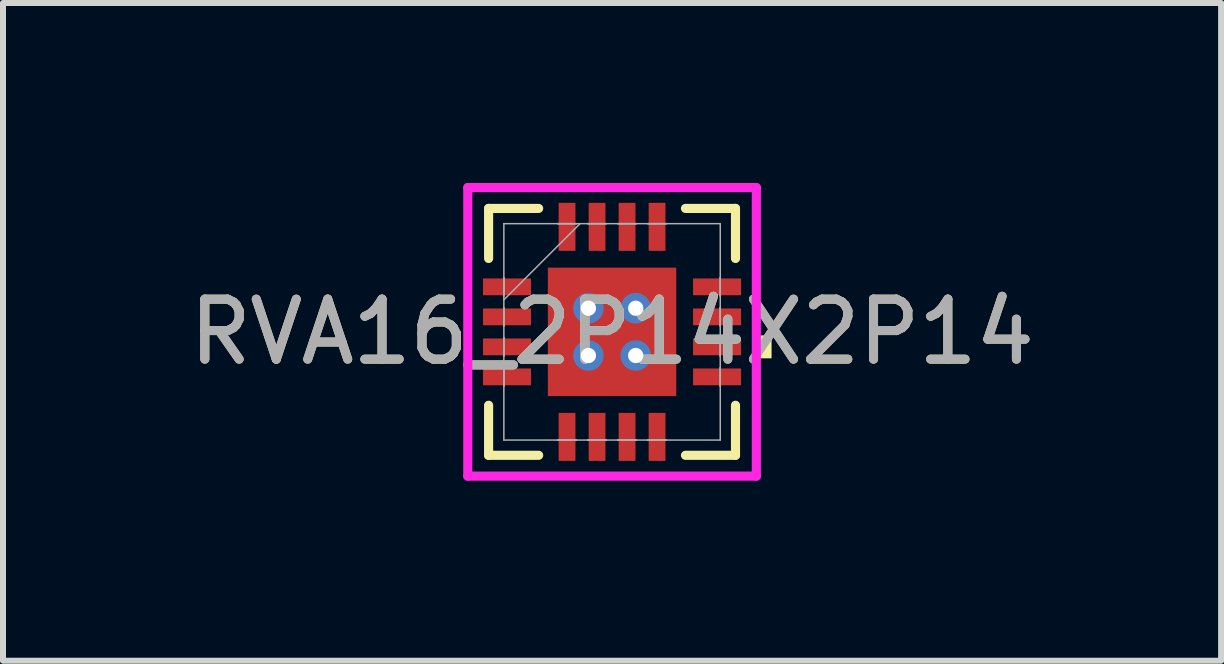
<source format=kicad_pcb>
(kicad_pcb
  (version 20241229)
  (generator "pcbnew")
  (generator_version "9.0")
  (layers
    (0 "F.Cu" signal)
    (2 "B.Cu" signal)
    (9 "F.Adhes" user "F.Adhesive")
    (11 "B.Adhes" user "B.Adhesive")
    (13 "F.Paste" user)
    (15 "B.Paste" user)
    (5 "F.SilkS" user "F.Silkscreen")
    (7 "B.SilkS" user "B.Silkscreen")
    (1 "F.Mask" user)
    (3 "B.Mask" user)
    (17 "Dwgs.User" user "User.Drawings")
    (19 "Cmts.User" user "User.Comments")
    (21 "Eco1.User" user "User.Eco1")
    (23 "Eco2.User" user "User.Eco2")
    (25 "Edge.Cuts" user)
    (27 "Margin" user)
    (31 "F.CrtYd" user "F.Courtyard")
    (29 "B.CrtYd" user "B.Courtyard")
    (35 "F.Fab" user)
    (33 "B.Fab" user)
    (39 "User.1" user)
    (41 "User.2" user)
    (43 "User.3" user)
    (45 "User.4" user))
  (footprint "RVA16_2P14X2P14"
    (layer "F.Cu")
    (at 7.149 2.48)
    (property "Reference" "RVA16_2P14X2P14" (at 0 0 0) (unlocked yes) (layer "F.SilkS") (effects (font (size 1 1) (thickness 0.15))))
    (attr smd)
    (fp_poly (pts (xy -2.22 -0.96) (xy -2.22 -0.54) (xy -1.28 -0.54) (xy -1.28 -0.96)) (stroke (width 0) (type solid)) (fill yes) (layer "F.Mask"))
    (fp_poly (pts (xy -2.22 -0.46) (xy -2.22 -0.04) (xy -1.28 -0.04) (xy -1.28 -0.46)) (stroke (width 0) (type solid)) (fill yes) (layer "F.Mask"))
    (fp_poly (pts (xy -2.22 0.04) (xy -2.22 0.46) (xy -1.28 0.46) (xy -1.28 0.04)) (stroke (width 0) (type solid)) (fill yes) (layer "F.Mask"))
    (fp_poly (pts (xy -2.22 0.54) (xy -2.22 0.96) (xy -1.28 0.96) (xy -1.28 0.54)) (stroke (width 0) (type solid)) (fill yes) (layer "F.Mask"))
    (fp_poly (pts (xy -1.133 -1.133) (xy -0.594 -1.133) (xy -0.594 1.133) (xy -1.133 1.133)) (stroke (width 0) (type solid)) (fill yes) (layer "F.Mask"))
    (fp_poly (pts (xy -1.133 -1.133) (xy 1.133 -1.133) (xy 1.133 -0.594) (xy -1.133 -0.594)) (stroke (width 0) (type solid)) (fill yes) (layer "F.Mask"))
    (fp_poly (pts (xy -1.133 -0.194) (xy 1.133 -0.194) (xy 1.133 0.194) (xy -1.133 0.194)) (stroke (width 0) (type solid)) (fill yes) (layer "F.Mask"))
    (fp_poly (pts (xy -1.133 0.594) (xy 1.133 0.594) (xy 1.133 1.133) (xy -1.133 1.133)) (stroke (width 0) (type solid)) (fill yes) (layer "F.Mask"))
    (fp_poly (pts (xy -0.96 -2.22) (xy -0.96 -1.28) (xy -0.54 -1.28) (xy -0.54 -2.22)) (stroke (width 0) (type solid)) (fill yes) (layer "F.Mask"))
    (fp_poly (pts (xy -0.96 1.28) (xy -0.96 2.22) (xy -0.54 2.22) (xy -0.54 1.28)) (stroke (width 0) (type solid)) (fill yes) (layer "F.Mask"))
    (fp_poly (pts (xy -0.46 -2.22) (xy -0.46 -1.28) (xy -0.04 -1.28) (xy -0.04 -2.22)) (stroke (width 0) (type solid)) (fill yes) (layer "F.Mask"))
    (fp_poly (pts (xy -0.46 1.28) (xy -0.46 2.22) (xy -0.04 2.22) (xy -0.04 1.28)) (stroke (width 0) (type solid)) (fill yes) (layer "F.Mask"))
    (fp_poly (pts (xy 0.04 -2.22) (xy 0.04 -1.28) (xy 0.46 -1.28) (xy 0.46 -2.22)) (stroke (width 0) (type solid)) (fill yes) (layer "F.Mask"))
    (fp_poly (pts (xy 0.04 1.28) (xy 0.04 2.22) (xy 0.46 2.22) (xy 0.46 1.28)) (stroke (width 0) (type solid)) (fill yes) (layer "F.Mask"))
    (fp_poly (pts (xy 0.194 -1.133) (xy -0.194 -1.133) (xy -0.194 1.133) (xy 0.194 1.133)) (stroke (width 0) (type solid)) (fill yes) (layer "F.Mask"))
    (fp_poly (pts (xy 0.54 -2.22) (xy 0.54 -1.28) (xy 0.96 -1.28) (xy 0.96 -2.22)) (stroke (width 0) (type solid)) (fill yes) (layer "F.Mask"))
    (fp_poly (pts (xy 0.54 1.28) (xy 0.54 2.22) (xy 0.96 2.22) (xy 0.96 1.28)) (stroke (width 0) (type solid)) (fill yes) (layer "F.Mask"))
    (fp_poly (pts (xy 0.594 -1.133) (xy 1.133 -1.133) (xy 1.133 1.133) (xy 0.594 1.133)) (stroke (width 0) (type solid)) (fill yes) (layer "F.Mask"))
    (fp_poly (pts (xy 1.28 -0.96) (xy 1.28 -0.54) (xy 2.22 -0.54) (xy 2.22 -0.96)) (stroke (width 0) (type solid)) (fill yes) (layer "F.Mask"))
    (fp_poly (pts (xy 1.28 -0.46) (xy 1.28 -0.04) (xy 2.22 -0.04) (xy 2.22 -0.46)) (stroke (width 0) (type solid)) (fill yes) (layer "F.Mask"))
    (fp_poly (pts (xy 1.28 0.04) (xy 1.28 0.46) (xy 2.22 0.46) (xy 2.22 0.04)) (stroke (width 0) (type solid)) (fill yes) (layer "F.Mask"))
    (fp_poly (pts (xy 1.28 0.54) (xy 1.28 0.96) (xy 2.22 0.96) (xy 2.22 0.54)) (stroke (width 0) (type solid)) (fill yes) (layer "F.Mask"))
    (fp_line (start -2.057 -2.057) (end -2.057 -1.223) (stroke (width 0.152) (type solid)) (layer "F.SilkS"))
    (fp_line (start -2.057 1.223) (end -2.057 2.057) (stroke (width 0.152) (type solid)) (layer "F.SilkS"))
    (fp_line (start -2.057 2.057) (end -1.223 2.057) (stroke (width 0.152) (type solid)) (layer "F.SilkS"))
    (fp_line (start -1.223 -2.057) (end -2.057 -2.057) (stroke (width 0.152) (type solid)) (layer "F.SilkS"))
    (fp_line (start 1.223 2.057) (end 2.057 2.057) (stroke (width 0.152) (type solid)) (layer "F.SilkS"))
    (fp_line (start 2.057 -2.057) (end 1.223 -2.057) (stroke (width 0.152) (type solid)) (layer "F.SilkS"))
    (fp_line (start 2.057 -1.223) (end 2.057 -2.057) (stroke (width 0.152) (type solid)) (layer "F.SilkS"))
    (fp_line (start 2.057 2.057) (end 2.057 1.223) (stroke (width 0.152) (type solid)) (layer "F.SilkS"))
    (fp_poly (pts (xy 2.658 0.059) (xy 2.658 0.441) (xy 2.404 0.441) (xy 2.404 0.059)) (stroke (width 0) (type solid)) (fill yes) (layer "F.SilkS"))
    (fp_poly (pts (xy -2.125 -0.865) (xy -2.125 -0.635) (xy -1.375 -0.635) (xy -1.375 -0.865)) (stroke (width 0) (type solid)) (fill yes) (layer "F.Paste"))
    (fp_poly (pts (xy -2.125 -0.365) (xy -2.125 -0.135) (xy -1.375 -0.135) (xy -1.375 -0.365)) (stroke (width 0) (type solid)) (fill yes) (layer "F.Paste"))
    (fp_poly (pts (xy -2.125 0.135) (xy -2.125 0.365) (xy -1.375 0.365) (xy -1.375 0.135)) (stroke (width 0) (type solid)) (fill yes) (layer "F.Paste"))
    (fp_poly (pts (xy -2.125 0.635) (xy -2.125 0.865) (xy -1.375 0.865) (xy -1.375 0.635)) (stroke (width 0) (type solid)) (fill yes) (layer "F.Paste"))
    (fp_poly (pts (xy -0.865 -2.125) (xy -0.865 -1.375) (xy -0.635 -1.375) (xy -0.635 -2.125)) (stroke (width 0) (type solid)) (fill yes) (layer "F.Paste"))
    (fp_poly (pts (xy -0.865 1.375) (xy -0.865 2.125) (xy -0.635 2.125) (xy -0.635 1.375)) (stroke (width 0) (type solid)) (fill yes) (layer "F.Paste"))
    (fp_poly (pts (xy -0.365 -2.125) (xy -0.365 -1.375) (xy -0.135 -1.375) (xy -0.135 -2.125)) (stroke (width 0) (type solid)) (fill yes) (layer "F.Paste"))
    (fp_poly (pts (xy -0.365 1.375) (xy -0.365 2.125) (xy -0.135 2.125) (xy -0.135 1.375)) (stroke (width 0) (type solid)) (fill yes) (layer "F.Paste"))
    (fp_poly (pts (xy 0.135 -2.125) (xy 0.135 -1.375) (xy 0.365 -1.375) (xy 0.365 -2.125)) (stroke (width 0) (type solid)) (fill yes) (layer "F.Paste"))
    (fp_poly (pts (xy 0.135 1.375) (xy 0.135 2.125) (xy 0.365 2.125) (xy 0.365 1.375)) (stroke (width 0) (type solid)) (fill yes) (layer "F.Paste"))
    (fp_poly (pts (xy 0.635 -2.125) (xy 0.635 -1.375) (xy 0.865 -1.375) (xy 0.865 -2.125)) (stroke (width 0) (type solid)) (fill yes) (layer "F.Paste"))
    (fp_poly (pts (xy 0.635 1.375) (xy 0.635 2.125) (xy 0.865 2.125) (xy 0.865 1.375)) (stroke (width 0) (type solid)) (fill yes) (layer "F.Paste"))
    (fp_poly (pts (xy 1.375 -0.865) (xy 1.375 -0.635) (xy 2.125 -0.635) (xy 2.125 -0.865)) (stroke (width 0) (type solid)) (fill yes) (layer "F.Paste"))
    (fp_poly (pts (xy 1.375 -0.365) (xy 1.375 -0.135) (xy 2.125 -0.135) (xy 2.125 -0.365)) (stroke (width 0) (type solid)) (fill yes) (layer "F.Paste"))
    (fp_poly (pts (xy 1.375 0.135) (xy 1.375 0.365) (xy 2.125 0.365) (xy 2.125 0.135)) (stroke (width 0) (type solid)) (fill yes) (layer "F.Paste"))
    (fp_poly (pts (xy 1.375 0.635) (xy 1.375 0.865) (xy 2.125 0.865) (xy 2.125 0.635)) (stroke (width 0) (type solid)) (fill yes) (layer "F.Paste"))
    (fp_poly (pts (xy -0.995 -0.995) (xy -0.995 -0.494) (xy -0.635 -0.494) (xy -0.494 -0.635) (xy -0.494 -0.995)) (stroke (width 0) (type solid)) (fill yes) (layer "F.Paste"))
    (fp_poly (pts (xy -0.995 0.494) (xy -0.995 0.995) (xy -0.494 0.995) (xy -0.494 0.635) (xy -0.635 0.494)) (stroke (width 0) (type solid)) (fill yes) (layer "F.Paste"))
    (fp_poly (pts (xy 0.494 -0.995) (xy 0.494 -0.635) (xy 0.635 -0.494) (xy 0.995 -0.494) (xy 0.995 -0.995)) (stroke (width 0) (type solid)) (fill yes) (layer "F.Paste"))
    (fp_poly (pts (xy 0.635 0.494) (xy 0.494 0.635) (xy 0.494 0.995) (xy 0.995 0.995) (xy 0.995 0.494)) (stroke (width 0) (type solid)) (fill yes) (layer "F.Paste"))
    (fp_poly (pts (xy -0.995 -0.294) (xy -0.995 0.294) (xy -0.635 0.294) (xy -0.494 0.152) (xy -0.494 -0.152) (xy -0.635 -0.294)) (stroke (width 0) (type solid)) (fill yes) (layer "F.Paste"))
    (fp_poly (pts (xy -0.294 -0.995) (xy -0.294 -0.635) (xy -0.152 -0.494) (xy 0.152 -0.494) (xy 0.294 -0.635) (xy 0.294 -0.995)) (stroke (width 0) (type solid)) (fill yes) (layer "F.Paste"))
    (fp_poly (pts (xy -0.152 0.494) (xy -0.294 0.635) (xy -0.294 0.995) (xy 0.294 0.995) (xy 0.294 0.635) (xy 0.152 0.494)) (stroke (width 0) (type solid)) (fill yes) (layer "F.Paste"))
    (fp_poly (pts (xy 0.635 -0.294) (xy 0.494 -0.152) (xy 0.494 0.152) (xy 0.635 0.294) (xy 0.995 0.294) (xy 0.995 -0.294)) (stroke (width 0) (type solid)) (fill yes) (layer "F.Paste"))
    (fp_poly (pts (xy -0.152 -0.294) (xy -0.294 -0.152) (xy -0.294 0.152) (xy -0.152 0.294) (xy 0.152 0.294) (xy 0.294 0.152) (xy 0.294 -0.152) (xy 0.152 -0.294)) (stroke (width 0) (type solid)) (fill yes) (layer "F.Paste"))
    (fp_line (start -2.404 -2.404) (end 2.404 -2.404) (stroke (width 0.152) (type solid)) (layer "F.CrtYd"))
    (fp_line (start -2.404 2.404) (end -2.404 -2.404) (stroke (width 0.152) (type solid)) (layer "F.CrtYd"))
    (fp_line (start 2.404 -2.404) (end 2.404 2.404) (stroke (width 0.152) (type solid)) (layer "F.CrtYd"))
    (fp_line (start 2.404 2.404) (end -2.404 2.404) (stroke (width 0.152) (type solid)) (layer "F.CrtYd"))
    (fp_line (start -1.803 -1.803) (end -1.803 1.803) (stroke (width 0.025) (type solid)) (layer "F.Fab"))
    (fp_line (start -1.803 -0.902) (end -1.803 -0.902) (stroke (width 0.025) (type solid)) (layer "F.Fab"))
    (fp_line (start -1.803 -0.902) (end -1.803 -0.598) (stroke (width 0.025) (type solid)) (layer "F.Fab"))
    (fp_line (start -1.803 -0.598) (end -1.803 -0.902) (stroke (width 0.025) (type solid)) (layer "F.Fab"))
    (fp_line (start -1.803 -0.598) (end -1.803 -0.598) (stroke (width 0.025) (type solid)) (layer "F.Fab"))
    (fp_line (start -1.803 -0.533) (end -0.533 -1.803) (stroke (width 0.025) (type solid)) (layer "F.Fab"))
    (fp_line (start -1.803 -0.402) (end -1.803 -0.402) (stroke (width 0.025) (type solid)) (layer "F.Fab"))
    (fp_line (start -1.803 -0.402) (end -1.803 -0.098) (stroke (width 0.025) (type solid)) (layer "F.Fab"))
    (fp_line (start -1.803 -0.098) (end -1.803 -0.402) (stroke (width 0.025) (type solid)) (layer "F.Fab"))
    (fp_line (start -1.803 -0.098) (end -1.803 -0.098) (stroke (width 0.025) (type solid)) (layer "F.Fab"))
    (fp_line (start -1.803 0.098) (end -1.803 0.098) (stroke (width 0.025) (type solid)) (layer "F.Fab"))
    (fp_line (start -1.803 0.098) (end -1.803 0.402) (stroke (width 0.025) (type solid)) (layer "F.Fab"))
    (fp_line (start -1.803 0.402) (end -1.803 0.098) (stroke (width 0.025) (type solid)) (layer "F.Fab"))
    (fp_line (start -1.803 0.402) (end -1.803 0.402) (stroke (width 0.025) (type solid)) (layer "F.Fab"))
    (fp_line (start -1.803 0.598) (end -1.803 0.598) (stroke (width 0.025) (type solid)) (layer "F.Fab"))
    (fp_line (start -1.803 0.598) (end -1.803 0.902) (stroke (width 0.025) (type solid)) (layer "F.Fab"))
    (fp_line (start -1.803 0.902) (end -1.803 0.598) (stroke (width 0.025) (type solid)) (layer "F.Fab"))
    (fp_line (start -1.803 0.902) (end -1.803 0.902) (stroke (width 0.025) (type solid)) (layer "F.Fab"))
    (fp_line (start -1.803 1.803) (end 1.803 1.803) (stroke (width 0.025) (type solid)) (layer "F.Fab"))
    (fp_line (start -0.902 -1.803) (end -0.902 -1.803) (stroke (width 0.025) (type solid)) (layer "F.Fab"))
    (fp_line (start -0.902 -1.803) (end -0.598 -1.803) (stroke (width 0.025) (type solid)) (layer "F.Fab"))
    (fp_line (start -0.902 1.803) (end -0.902 1.803) (stroke (width 0.025) (type solid)) (layer "F.Fab"))
    (fp_line (start -0.902 1.803) (end -0.598 1.803) (stroke (width 0.025) (type solid)) (layer "F.Fab"))
    (fp_line (start -0.598 -1.803) (end -0.902 -1.803) (stroke (width 0.025) (type solid)) (layer "F.Fab"))
    (fp_line (start -0.598 -1.803) (end -0.598 -1.803) (stroke (width 0.025) (type solid)) (layer "F.Fab"))
    (fp_line (start -0.598 1.803) (end -0.902 1.803) (stroke (width 0.025) (type solid)) (layer "F.Fab"))
    (fp_line (start -0.598 1.803) (end -0.598 1.803) (stroke (width 0.025) (type solid)) (layer "F.Fab"))
    (fp_line (start -0.402 -1.803) (end -0.402 -1.803) (stroke (width 0.025) (type solid)) (layer "F.Fab"))
    (fp_line (start -0.402 -1.803) (end -0.098 -1.803) (stroke (width 0.025) (type solid)) (layer "F.Fab"))
    (fp_line (start -0.402 1.803) (end -0.402 1.803) (stroke (width 0.025) (type solid)) (layer "F.Fab"))
    (fp_line (start -0.402 1.803) (end -0.098 1.803) (stroke (width 0.025) (type solid)) (layer "F.Fab"))
    (fp_line (start -0.098 -1.803) (end -0.402 -1.803) (stroke (width 0.025) (type solid)) (layer "F.Fab"))
    (fp_line (start -0.098 -1.803) (end -0.098 -1.803) (stroke (width 0.025) (type solid)) (layer "F.Fab"))
    (fp_line (start -0.098 1.803) (end -0.402 1.803) (stroke (width 0.025) (type solid)) (layer "F.Fab"))
    (fp_line (start -0.098 1.803) (end -0.098 1.803) (stroke (width 0.025) (type solid)) (layer "F.Fab"))
    (fp_line (start 0.098 -1.803) (end 0.098 -1.803) (stroke (width 0.025) (type solid)) (layer "F.Fab"))
    (fp_line (start 0.098 -1.803) (end 0.402 -1.803) (stroke (width 0.025) (type solid)) (layer "F.Fab"))
    (fp_line (start 0.098 1.803) (end 0.098 1.803) (stroke (width 0.025) (type solid)) (layer "F.Fab"))
    (fp_line (start 0.098 1.803) (end 0.402 1.803) (stroke (width 0.025) (type solid)) (layer "F.Fab"))
    (fp_line (start 0.402 -1.803) (end 0.098 -1.803) (stroke (width 0.025) (type solid)) (layer "F.Fab"))
    (fp_line (start 0.402 -1.803) (end 0.402 -1.803) (stroke (width 0.025) (type solid)) (layer "F.Fab"))
    (fp_line (start 0.402 1.803) (end 0.098 1.803) (stroke (width 0.025) (type solid)) (layer "F.Fab"))
    (fp_line (start 0.402 1.803) (end 0.402 1.803) (stroke (width 0.025) (type solid)) (layer "F.Fab"))
    (fp_line (start 0.598 -1.803) (end 0.598 -1.803) (stroke (width 0.025) (type solid)) (layer "F.Fab"))
    (fp_line (start 0.598 -1.803) (end 0.902 -1.803) (stroke (width 0.025) (type solid)) (layer "F.Fab"))
    (fp_line (start 0.598 1.803) (end 0.598 1.803) (stroke (width 0.025) (type solid)) (layer "F.Fab"))
    (fp_line (start 0.598 1.803) (end 0.902 1.803) (stroke (width 0.025) (type solid)) (layer "F.Fab"))
    (fp_line (start 0.902 -1.803) (end 0.598 -1.803) (stroke (width 0.025) (type solid)) (layer "F.Fab"))
    (fp_line (start 0.902 -1.803) (end 0.902 -1.803) (stroke (width 0.025) (type solid)) (layer "F.Fab"))
    (fp_line (start 0.902 1.803) (end 0.598 1.803) (stroke (width 0.025) (type solid)) (layer "F.Fab"))
    (fp_line (start 0.902 1.803) (end 0.902 1.803) (stroke (width 0.025) (type solid)) (layer "F.Fab"))
    (fp_line (start 1.803 -1.803) (end -1.803 -1.803) (stroke (width 0.025) (type solid)) (layer "F.Fab"))
    (fp_line (start 1.803 -0.902) (end 1.803 -0.902) (stroke (width 0.025) (type solid)) (layer "F.Fab"))
    (fp_line (start 1.803 -0.902) (end 1.803 -0.598) (stroke (width 0.025) (type solid)) (layer "F.Fab"))
    (fp_line (start 1.803 -0.598) (end 1.803 -0.902) (stroke (width 0.025) (type solid)) (layer "F.Fab"))
    (fp_line (start 1.803 -0.598) (end 1.803 -0.598) (stroke (width 0.025) (type solid)) (layer "F.Fab"))
    (fp_line (start 1.803 -0.402) (end 1.803 -0.402) (stroke (width 0.025) (type solid)) (layer "F.Fab"))
    (fp_line (start 1.803 -0.402) (end 1.803 -0.098) (stroke (width 0.025) (type solid)) (layer "F.Fab"))
    (fp_line (start 1.803 -0.098) (end 1.803 -0.402) (stroke (width 0.025) (type solid)) (layer "F.Fab"))
    (fp_line (start 1.803 -0.098) (end 1.803 -0.098) (stroke (width 0.025) (type solid)) (layer "F.Fab"))
    (fp_line (start 1.803 0.098) (end 1.803 0.098) (stroke (width 0.025) (type solid)) (layer "F.Fab"))
    (fp_line (start 1.803 0.098) (end 1.803 0.402) (stroke (width 0.025) (type solid)) (layer "F.Fab"))
    (fp_line (start 1.803 0.402) (end 1.803 0.098) (stroke (width 0.025) (type solid)) (layer "F.Fab"))
    (fp_line (start 1.803 0.402) (end 1.803 0.402) (stroke (width 0.025) (type solid)) (layer "F.Fab"))
    (fp_line (start 1.803 0.598) (end 1.803 0.598) (stroke (width 0.025) (type solid)) (layer "F.Fab"))
    (fp_line (start 1.803 0.598) (end 1.803 0.902) (stroke (width 0.025) (type solid)) (layer "F.Fab"))
    (fp_line (start 1.803 0.902) (end 1.803 0.598) (stroke (width 0.025) (type solid)) (layer "F.Fab"))
    (fp_line (start 1.803 0.902) (end 1.803 0.902) (stroke (width 0.025) (type solid)) (layer "F.Fab"))
    (fp_line (start 1.803 1.803) (end 1.803 -1.803) (stroke (width 0.025) (type solid)) (layer "F.Fab"))
    (fp_text user "${REFERENCE}" (at 0 0 0) (unlocked yes) (layer "F.Fab") (effects (font (size 1 1) (thickness 0.15))))
    (pad "1" smd rect (at -1.75 -0.75 90) (size 0.28 0.8) (layers "F.Cu" "F.Mask"))
    (pad "2" smd rect (at -1.75 -0.25 90) (size 0.28 0.8) (layers "F.Cu" "F.Mask"))
    (pad "3" smd rect (at -1.75 0.25 90) (size 0.28 0.8) (layers "F.Cu" "F.Mask"))
    (pad "4" smd rect (at -1.75 0.75 90) (size 0.28 0.8) (layers "F.Cu" "F.Mask"))
    (pad "5" smd rect (at -0.75 1.75) (size 0.28 0.8) (layers "F.Cu" "F.Mask"))
    (pad "6" smd rect (at -0.25 1.75) (size 0.28 0.8) (layers "F.Cu" "F.Mask"))
    (pad "7" smd rect (at 0.25 1.75) (size 0.28 0.8) (layers "F.Cu" "F.Mask"))
    (pad "8" smd rect (at 0.75 1.75) (size 0.28 0.8) (layers "F.Cu" "F.Mask"))
    (pad "9" smd rect (at 1.75 0.75 90) (size 0.28 0.8) (layers "F.Cu" "F.Mask"))
    (pad "10" smd rect (at 1.75 0.25 90) (size 0.28 0.8) (layers "F.Cu" "F.Mask"))
    (pad "11" smd rect (at 1.75 -0.25 90) (size 0.28 0.8) (layers "F.Cu" "F.Mask"))
    (pad "12" smd rect (at 1.75 -0.75 90) (size 0.28 0.8) (layers "F.Cu" "F.Mask"))
    (pad "13" smd rect (at 0.75 -1.75) (size 0.28 0.8) (layers "F.Cu" "F.Mask"))
    (pad "14" smd rect (at 0.25 -1.75) (size 0.28 0.8) (layers "F.Cu" "F.Mask"))
    (pad "15" smd rect (at -0.25 -1.75) (size 0.28 0.8) (layers "F.Cu" "F.Mask"))
    (pad "16" smd rect (at -0.75 -1.75) (size 0.28 0.8) (layers "F.Cu" "F.Mask"))
    (pad "17" smd rect (at 0 0) (size 2.14 2.14) (layers "F.Cu"))
    (pad "V" thru_hole circle (at -0.394 -0.394) (size 0.508 0.508) (drill 0.254) (layers "*.Cu" "*.Mask"))
    (pad "V" thru_hole circle (at -0.394 0.394) (size 0.508 0.508) (drill 0.254) (layers "*.Cu" "*.Mask"))
    (pad "V" thru_hole circle (at 0.394 -0.394) (size 0.508 0.508) (drill 0.254) (layers "*.Cu" "*.Mask"))
    (pad "V" thru_hole circle (at 0.394 0.394) (size 0.508 0.508) (drill 0.254) (layers "*.Cu" "*.Mask")))
  (gr_rect
    (start -3 -3)
    (end 17.298 7.96)
    (stroke (width 0.1) (type default))
    (fill no)
    (layer "Edge.Cuts")))
</source>
